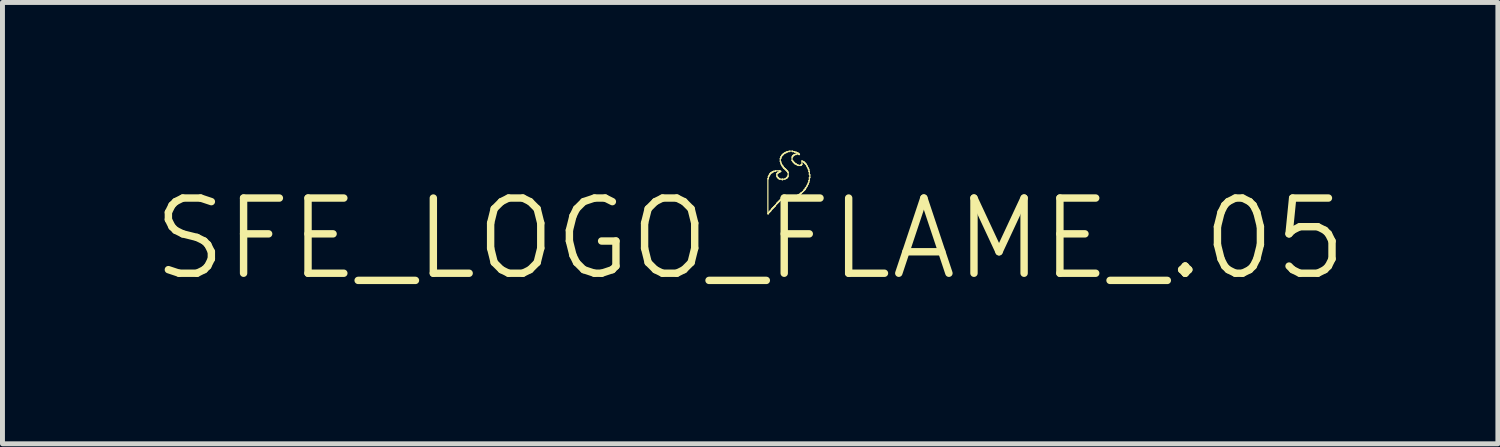
<source format=kicad_pcb>
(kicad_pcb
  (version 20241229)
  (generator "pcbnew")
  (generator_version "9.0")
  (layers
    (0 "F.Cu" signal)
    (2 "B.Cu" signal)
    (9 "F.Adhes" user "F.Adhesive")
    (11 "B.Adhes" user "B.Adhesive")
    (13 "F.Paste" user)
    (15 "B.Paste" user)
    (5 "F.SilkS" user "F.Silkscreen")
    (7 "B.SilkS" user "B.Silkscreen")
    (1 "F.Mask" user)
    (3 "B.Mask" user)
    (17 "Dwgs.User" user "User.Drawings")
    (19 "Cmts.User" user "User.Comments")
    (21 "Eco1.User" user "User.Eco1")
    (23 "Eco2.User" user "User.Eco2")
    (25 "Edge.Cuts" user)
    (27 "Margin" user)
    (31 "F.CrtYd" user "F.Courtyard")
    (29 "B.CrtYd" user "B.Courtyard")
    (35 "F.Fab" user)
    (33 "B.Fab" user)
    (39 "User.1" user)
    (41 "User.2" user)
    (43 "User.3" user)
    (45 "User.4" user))
  (footprint "SFE_LOGO_FLAME_.05"
    (layer "F.Cu")
    (at 12.156 1.791)
    (property "Reference" "SFE_LOGO_FLAME_.05" (at 0 0 0) (layer "F.SilkS") (effects (font (size 1.524 1.524) (thickness 0.15))))
    (attr exclude_from_pos_files exclude_from_bom)
    (fp_line (start 0.358 -1.219) (end 0.358 -0.508) (stroke (width 0.025) (type solid)) (layer "F.SilkS"))
    (fp_line (start 0.358 -0.508) (end 0.368 -0.508) (stroke (width 0.025) (type solid)) (layer "F.SilkS"))
    (fp_line (start 0.368 -1.26) (end 0.368 -1.219) (stroke (width 0.025) (type solid)) (layer "F.SilkS"))
    (fp_line (start 0.368 -1.219) (end 0.358 -1.219) (stroke (width 0.025) (type solid)) (layer "F.SilkS"))
    (fp_line (start 0.368 -0.518) (end 0.378 -0.528) (stroke (width 0.025) (type solid)) (layer "F.SilkS"))
    (fp_line (start 0.368 -0.508) (end 0.368 -0.518) (stroke (width 0.025) (type solid)) (layer "F.SilkS"))
    (fp_line (start 0.378 -1.278) (end 0.378 -1.26) (stroke (width 0.025) (type solid)) (layer "F.SilkS"))
    (fp_line (start 0.378 -1.26) (end 0.368 -1.26) (stroke (width 0.025) (type solid)) (layer "F.SilkS"))
    (fp_line (start 0.378 -0.538) (end 0.389 -0.538) (stroke (width 0.025) (type solid)) (layer "F.SilkS"))
    (fp_line (start 0.378 -0.528) (end 0.378 -0.538) (stroke (width 0.025) (type solid)) (layer "F.SilkS"))
    (fp_line (start 0.389 -1.298) (end 0.389 -1.288) (stroke (width 0.025) (type solid)) (layer "F.SilkS"))
    (fp_line (start 0.389 -1.288) (end 0.378 -1.278) (stroke (width 0.025) (type solid)) (layer "F.SilkS"))
    (fp_line (start 0.389 -0.549) (end 0.399 -0.549) (stroke (width 0.025) (type solid)) (layer "F.SilkS"))
    (fp_line (start 0.389 -0.538) (end 0.389 -0.549) (stroke (width 0.025) (type solid)) (layer "F.SilkS"))
    (fp_line (start 0.399 -1.318) (end 0.399 -1.298) (stroke (width 0.025) (type solid)) (layer "F.SilkS"))
    (fp_line (start 0.399 -1.298) (end 0.389 -1.298) (stroke (width 0.025) (type solid)) (layer "F.SilkS"))
    (fp_line (start 0.399 -0.559) (end 0.409 -0.559) (stroke (width 0.025) (type solid)) (layer "F.SilkS"))
    (fp_line (start 0.399 -0.549) (end 0.399 -0.559) (stroke (width 0.025) (type solid)) (layer "F.SilkS"))
    (fp_line (start 0.409 -1.328) (end 0.409 -1.318) (stroke (width 0.025) (type solid)) (layer "F.SilkS"))
    (fp_line (start 0.409 -1.318) (end 0.399 -1.318) (stroke (width 0.025) (type solid)) (layer "F.SilkS"))
    (fp_line (start 0.409 -0.569) (end 0.419 -0.569) (stroke (width 0.025) (type solid)) (layer "F.SilkS"))
    (fp_line (start 0.409 -0.559) (end 0.409 -0.569) (stroke (width 0.025) (type solid)) (layer "F.SilkS"))
    (fp_line (start 0.419 -1.339) (end 0.419 -1.328) (stroke (width 0.025) (type solid)) (layer "F.SilkS"))
    (fp_line (start 0.419 -1.328) (end 0.409 -1.328) (stroke (width 0.025) (type solid)) (layer "F.SilkS"))
    (fp_line (start 0.419 -0.579) (end 0.429 -0.589) (stroke (width 0.025) (type solid)) (layer "F.SilkS"))
    (fp_line (start 0.419 -0.569) (end 0.419 -0.579) (stroke (width 0.025) (type solid)) (layer "F.SilkS"))
    (fp_line (start 0.429 -0.589) (end 0.439 -0.599) (stroke (width 0.025) (type solid)) (layer "F.SilkS"))
    (fp_line (start 0.439 -1.349) (end 0.439 -1.339) (stroke (width 0.025) (type solid)) (layer "F.SilkS"))
    (fp_line (start 0.439 -1.339) (end 0.419 -1.339) (stroke (width 0.025) (type solid)) (layer "F.SilkS"))
    (fp_line (start 0.439 -0.61) (end 0.45 -0.61) (stroke (width 0.025) (type solid)) (layer "F.SilkS"))
    (fp_line (start 0.439 -0.599) (end 0.439 -0.61) (stroke (width 0.025) (type solid)) (layer "F.SilkS"))
    (fp_line (start 0.45 -1.359) (end 0.45 -1.349) (stroke (width 0.025) (type solid)) (layer "F.SilkS"))
    (fp_line (start 0.45 -1.349) (end 0.439 -1.349) (stroke (width 0.025) (type solid)) (layer "F.SilkS"))
    (fp_line (start 0.45 -0.62) (end 0.46 -0.62) (stroke (width 0.025) (type solid)) (layer "F.SilkS"))
    (fp_line (start 0.45 -0.61) (end 0.45 -0.62) (stroke (width 0.025) (type solid)) (layer "F.SilkS"))
    (fp_line (start 0.46 -0.63) (end 0.47 -0.63) (stroke (width 0.025) (type solid)) (layer "F.SilkS"))
    (fp_line (start 0.46 -0.62) (end 0.46 -0.63) (stroke (width 0.025) (type solid)) (layer "F.SilkS"))
    (fp_line (start 0.47 -1.369) (end 0.47 -1.359) (stroke (width 0.025) (type solid)) (layer "F.SilkS"))
    (fp_line (start 0.47 -1.359) (end 0.45 -1.359) (stroke (width 0.025) (type solid)) (layer "F.SilkS"))
    (fp_line (start 0.47 -0.638) (end 0.478 -0.638) (stroke (width 0.025) (type solid)) (layer "F.SilkS"))
    (fp_line (start 0.47 -0.63) (end 0.47 -0.638) (stroke (width 0.025) (type solid)) (layer "F.SilkS"))
    (fp_line (start 0.478 -0.648) (end 0.488 -0.648) (stroke (width 0.025) (type solid)) (layer "F.SilkS"))
    (fp_line (start 0.478 -0.638) (end 0.478 -0.648) (stroke (width 0.025) (type solid)) (layer "F.SilkS"))
    (fp_line (start 0.488 -0.658) (end 0.498 -0.658) (stroke (width 0.025) (type solid)) (layer "F.SilkS"))
    (fp_line (start 0.488 -0.648) (end 0.488 -0.658) (stroke (width 0.025) (type solid)) (layer "F.SilkS"))
    (fp_line (start 0.498 -0.668) (end 0.508 -0.668) (stroke (width 0.025) (type solid)) (layer "F.SilkS"))
    (fp_line (start 0.498 -0.658) (end 0.498 -0.668) (stroke (width 0.025) (type solid)) (layer "F.SilkS"))
    (fp_line (start 0.508 -1.379) (end 0.508 -1.369) (stroke (width 0.025) (type solid)) (layer "F.SilkS"))
    (fp_line (start 0.508 -1.369) (end 0.47 -1.369) (stroke (width 0.025) (type solid)) (layer "F.SilkS"))
    (fp_line (start 0.508 -0.678) (end 0.518 -0.688) (stroke (width 0.025) (type solid)) (layer "F.SilkS"))
    (fp_line (start 0.508 -0.668) (end 0.508 -0.678) (stroke (width 0.025) (type solid)) (layer "F.SilkS"))
    (fp_line (start 0.518 -0.688) (end 0.528 -0.699) (stroke (width 0.025) (type solid)) (layer "F.SilkS"))
    (fp_line (start 0.528 -0.699) (end 0.538 -0.709) (stroke (width 0.025) (type solid)) (layer "F.SilkS"))
    (fp_line (start 0.538 -1.318) (end 0.549 -1.318) (stroke (width 0.025) (type solid)) (layer "F.SilkS"))
    (fp_line (start 0.538 -1.27) (end 0.538 -1.318) (stroke (width 0.025) (type solid)) (layer "F.SilkS"))
    (fp_line (start 0.538 -0.719) (end 0.549 -0.719) (stroke (width 0.025) (type solid)) (layer "F.SilkS"))
    (fp_line (start 0.538 -0.709) (end 0.538 -0.719) (stroke (width 0.025) (type solid)) (layer "F.SilkS"))
    (fp_line (start 0.549 -1.328) (end 0.559 -1.328) (stroke (width 0.025) (type solid)) (layer "F.SilkS"))
    (fp_line (start 0.549 -1.318) (end 0.549 -1.328) (stroke (width 0.025) (type solid)) (layer "F.SilkS"))
    (fp_line (start 0.549 -1.27) (end 0.538 -1.27) (stroke (width 0.025) (type solid)) (layer "F.SilkS"))
    (fp_line (start 0.549 -1.25) (end 0.549 -1.27) (stroke (width 0.025) (type solid)) (layer "F.SilkS"))
    (fp_line (start 0.549 -0.729) (end 0.559 -0.729) (stroke (width 0.025) (type solid)) (layer "F.SilkS"))
    (fp_line (start 0.549 -0.719) (end 0.549 -0.729) (stroke (width 0.025) (type solid)) (layer "F.SilkS"))
    (fp_line (start 0.559 -1.339) (end 0.569 -1.339) (stroke (width 0.025) (type solid)) (layer "F.SilkS"))
    (fp_line (start 0.559 -1.328) (end 0.559 -1.339) (stroke (width 0.025) (type solid)) (layer "F.SilkS"))
    (fp_line (start 0.559 -1.25) (end 0.549 -1.25) (stroke (width 0.025) (type solid)) (layer "F.SilkS"))
    (fp_line (start 0.559 -1.24) (end 0.559 -1.25) (stroke (width 0.025) (type solid)) (layer "F.SilkS"))
    (fp_line (start 0.559 -0.739) (end 0.569 -0.739) (stroke (width 0.025) (type solid)) (layer "F.SilkS"))
    (fp_line (start 0.559 -0.729) (end 0.559 -0.739) (stroke (width 0.025) (type solid)) (layer "F.SilkS"))
    (fp_line (start 0.569 -1.349) (end 0.589 -1.349) (stroke (width 0.025) (type solid)) (layer "F.SilkS"))
    (fp_line (start 0.569 -1.339) (end 0.569 -1.349) (stroke (width 0.025) (type solid)) (layer "F.SilkS"))
    (fp_line (start 0.569 -1.24) (end 0.559 -1.24) (stroke (width 0.025) (type solid)) (layer "F.SilkS"))
    (fp_line (start 0.569 -1.229) (end 0.569 -1.24) (stroke (width 0.025) (type solid)) (layer "F.SilkS"))
    (fp_line (start 0.569 -0.749) (end 0.579 -0.749) (stroke (width 0.025) (type solid)) (layer "F.SilkS"))
    (fp_line (start 0.569 -0.739) (end 0.569 -0.749) (stroke (width 0.025) (type solid)) (layer "F.SilkS"))
    (fp_line (start 0.579 -1.229) (end 0.569 -1.229) (stroke (width 0.025) (type solid)) (layer "F.SilkS"))
    (fp_line (start 0.579 -1.219) (end 0.579 -1.229) (stroke (width 0.025) (type solid)) (layer "F.SilkS"))
    (fp_line (start 0.579 -0.759) (end 0.589 -0.759) (stroke (width 0.025) (type solid)) (layer "F.SilkS"))
    (fp_line (start 0.579 -0.749) (end 0.579 -0.759) (stroke (width 0.025) (type solid)) (layer "F.SilkS"))
    (fp_line (start 0.589 -1.359) (end 0.61 -1.359) (stroke (width 0.025) (type solid)) (layer "F.SilkS"))
    (fp_line (start 0.589 -1.349) (end 0.589 -1.359) (stroke (width 0.025) (type solid)) (layer "F.SilkS"))
    (fp_line (start 0.589 -0.77) (end 0.599 -0.77) (stroke (width 0.025) (type solid)) (layer "F.SilkS"))
    (fp_line (start 0.589 -0.759) (end 0.589 -0.77) (stroke (width 0.025) (type solid)) (layer "F.SilkS"))
    (fp_line (start 0.599 -1.379) (end 0.508 -1.379) (stroke (width 0.025) (type solid)) (layer "F.SilkS"))
    (fp_line (start 0.599 -1.369) (end 0.599 -1.379) (stroke (width 0.025) (type solid)) (layer "F.SilkS"))
    (fp_line (start 0.599 -1.219) (end 0.579 -1.219) (stroke (width 0.025) (type solid)) (layer "F.SilkS"))
    (fp_line (start 0.599 -1.209) (end 0.599 -1.219) (stroke (width 0.025) (type solid)) (layer "F.SilkS"))
    (fp_line (start 0.599 -0.78) (end 0.61 -0.78) (stroke (width 0.025) (type solid)) (layer "F.SilkS"))
    (fp_line (start 0.599 -0.77) (end 0.599 -0.78) (stroke (width 0.025) (type solid)) (layer "F.SilkS"))
    (fp_line (start 0.61 -1.628) (end 0.61 -1.57) (stroke (width 0.025) (type solid)) (layer "F.SilkS"))
    (fp_line (start 0.61 -1.57) (end 0.62 -1.56) (stroke (width 0.025) (type solid)) (layer "F.SilkS"))
    (fp_line (start 0.61 -1.369) (end 0.62 -1.369) (stroke (width 0.025) (type solid)) (layer "F.SilkS"))
    (fp_line (start 0.61 -1.359) (end 0.61 -1.369) (stroke (width 0.025) (type solid)) (layer "F.SilkS"))
    (fp_line (start 0.61 -0.79) (end 0.62 -0.79) (stroke (width 0.025) (type solid)) (layer "F.SilkS"))
    (fp_line (start 0.61 -0.78) (end 0.61 -0.79) (stroke (width 0.025) (type solid)) (layer "F.SilkS"))
    (fp_line (start 0.62 -1.659) (end 0.62 -1.628) (stroke (width 0.025) (type solid)) (layer "F.SilkS"))
    (fp_line (start 0.62 -1.628) (end 0.61 -1.628) (stroke (width 0.025) (type solid)) (layer "F.SilkS"))
    (fp_line (start 0.62 -1.56) (end 0.62 -1.539) (stroke (width 0.025) (type solid)) (layer "F.SilkS"))
    (fp_line (start 0.62 -1.539) (end 0.63 -1.529) (stroke (width 0.025) (type solid)) (layer "F.SilkS"))
    (fp_line (start 0.62 -1.369) (end 0.599 -1.369) (stroke (width 0.025) (type solid)) (layer "F.SilkS"))
    (fp_line (start 0.62 -0.798) (end 0.63 -0.798) (stroke (width 0.025) (type solid)) (layer "F.SilkS"))
    (fp_line (start 0.62 -0.79) (end 0.62 -0.798) (stroke (width 0.025) (type solid)) (layer "F.SilkS"))
    (fp_line (start 0.63 -1.669) (end 0.63 -1.659) (stroke (width 0.025) (type solid)) (layer "F.SilkS"))
    (fp_line (start 0.63 -1.659) (end 0.62 -1.659) (stroke (width 0.025) (type solid)) (layer "F.SilkS"))
    (fp_line (start 0.63 -1.529) (end 0.63 -1.509) (stroke (width 0.025) (type solid)) (layer "F.SilkS"))
    (fp_line (start 0.63 -1.509) (end 0.638 -1.509) (stroke (width 0.025) (type solid)) (layer "F.SilkS"))
    (fp_line (start 0.63 -0.808) (end 0.648 -0.808) (stroke (width 0.025) (type solid)) (layer "F.SilkS"))
    (fp_line (start 0.63 -0.798) (end 0.63 -0.808) (stroke (width 0.025) (type solid)) (layer "F.SilkS"))
    (fp_line (start 0.638 -1.689) (end 0.638 -1.679) (stroke (width 0.025) (type solid)) (layer "F.SilkS"))
    (fp_line (start 0.638 -1.679) (end 0.63 -1.669) (stroke (width 0.025) (type solid)) (layer "F.SilkS"))
    (fp_line (start 0.638 -1.509) (end 0.638 -1.499) (stroke (width 0.025) (type solid)) (layer "F.SilkS"))
    (fp_line (start 0.638 -1.499) (end 0.648 -1.488) (stroke (width 0.025) (type solid)) (layer "F.SilkS"))
    (fp_line (start 0.648 -1.699) (end 0.648 -1.689) (stroke (width 0.025) (type solid)) (layer "F.SilkS"))
    (fp_line (start 0.648 -1.689) (end 0.638 -1.689) (stroke (width 0.025) (type solid)) (layer "F.SilkS"))
    (fp_line (start 0.648 -1.488) (end 0.648 -1.478) (stroke (width 0.025) (type solid)) (layer "F.SilkS"))
    (fp_line (start 0.648 -1.478) (end 0.658 -1.478) (stroke (width 0.025) (type solid)) (layer "F.SilkS"))
    (fp_line (start 0.648 -1.209) (end 0.599 -1.209) (stroke (width 0.025) (type solid)) (layer "F.SilkS"))
    (fp_line (start 0.648 -1.199) (end 0.648 -1.209) (stroke (width 0.025) (type solid)) (layer "F.SilkS"))
    (fp_line (start 0.648 -0.818) (end 0.668 -0.818) (stroke (width 0.025) (type solid)) (layer "F.SilkS"))
    (fp_line (start 0.648 -0.808) (end 0.648 -0.818) (stroke (width 0.025) (type solid)) (layer "F.SilkS"))
    (fp_line (start 0.658 -1.709) (end 0.658 -1.699) (stroke (width 0.025) (type solid)) (layer "F.SilkS"))
    (fp_line (start 0.658 -1.699) (end 0.648 -1.699) (stroke (width 0.025) (type solid)) (layer "F.SilkS"))
    (fp_line (start 0.658 -1.478) (end 0.658 -1.468) (stroke (width 0.025) (type solid)) (layer "F.SilkS"))
    (fp_line (start 0.658 -1.468) (end 0.668 -1.468) (stroke (width 0.025) (type solid)) (layer "F.SilkS"))
    (fp_line (start 0.658 -1.209) (end 0.658 -1.199) (stroke (width 0.025) (type solid)) (layer "F.SilkS"))
    (fp_line (start 0.658 -1.199) (end 0.648 -1.199) (stroke (width 0.025) (type solid)) (layer "F.SilkS"))
    (fp_line (start 0.668 -1.72) (end 0.668 -1.709) (stroke (width 0.025) (type solid)) (layer "F.SilkS"))
    (fp_line (start 0.668 -1.709) (end 0.658 -1.709) (stroke (width 0.025) (type solid)) (layer "F.SilkS"))
    (fp_line (start 0.668 -1.468) (end 0.668 -1.448) (stroke (width 0.025) (type solid)) (layer "F.SilkS"))
    (fp_line (start 0.668 -1.448) (end 0.678 -1.448) (stroke (width 0.025) (type solid)) (layer "F.SilkS"))
    (fp_line (start 0.668 -0.828) (end 0.699 -0.828) (stroke (width 0.025) (type solid)) (layer "F.SilkS"))
    (fp_line (start 0.668 -0.818) (end 0.668 -0.828) (stroke (width 0.025) (type solid)) (layer "F.SilkS"))
    (fp_line (start 0.678 -1.73) (end 0.678 -1.72) (stroke (width 0.025) (type solid)) (layer "F.SilkS"))
    (fp_line (start 0.678 -1.72) (end 0.668 -1.72) (stroke (width 0.025) (type solid)) (layer "F.SilkS"))
    (fp_line (start 0.678 -1.448) (end 0.678 -1.438) (stroke (width 0.025) (type solid)) (layer "F.SilkS"))
    (fp_line (start 0.678 -1.438) (end 0.688 -1.438) (stroke (width 0.025) (type solid)) (layer "F.SilkS"))
    (fp_line (start 0.688 -1.73) (end 0.678 -1.73) (stroke (width 0.025) (type solid)) (layer "F.SilkS"))
    (fp_line (start 0.688 -1.438) (end 0.688 -1.427) (stroke (width 0.025) (type solid)) (layer "F.SilkS"))
    (fp_line (start 0.688 -1.427) (end 0.699 -1.427) (stroke (width 0.025) (type solid)) (layer "F.SilkS"))
    (fp_line (start 0.699 -1.74) (end 0.688 -1.73) (stroke (width 0.025) (type solid)) (layer "F.SilkS"))
    (fp_line (start 0.699 -1.427) (end 0.699 -1.42) (stroke (width 0.025) (type solid)) (layer "F.SilkS"))
    (fp_line (start 0.699 -1.42) (end 0.709 -1.42) (stroke (width 0.025) (type solid)) (layer "F.SilkS"))
    (fp_line (start 0.699 -1.209) (end 0.658 -1.209) (stroke (width 0.025) (type solid)) (layer "F.SilkS"))
    (fp_line (start 0.699 -0.828) (end 0.709 -0.838) (stroke (width 0.025) (type solid)) (layer "F.SilkS"))
    (fp_line (start 0.709 -1.748) (end 0.709 -1.74) (stroke (width 0.025) (type solid)) (layer "F.SilkS"))
    (fp_line (start 0.709 -1.74) (end 0.699 -1.74) (stroke (width 0.025) (type solid)) (layer "F.SilkS"))
    (fp_line (start 0.709 -1.42) (end 0.709 -1.41) (stroke (width 0.025) (type solid)) (layer "F.SilkS"))
    (fp_line (start 0.709 -1.41) (end 0.719 -1.41) (stroke (width 0.025) (type solid)) (layer "F.SilkS"))
    (fp_line (start 0.709 -1.219) (end 0.699 -1.209) (stroke (width 0.025) (type solid)) (layer "F.SilkS"))
    (fp_line (start 0.709 -0.838) (end 0.729 -0.838) (stroke (width 0.025) (type solid)) (layer "F.SilkS"))
    (fp_line (start 0.719 -1.41) (end 0.719 -1.4) (stroke (width 0.025) (type solid)) (layer "F.SilkS"))
    (fp_line (start 0.719 -1.4) (end 0.729 -1.4) (stroke (width 0.025) (type solid)) (layer "F.SilkS"))
    (fp_line (start 0.719 -1.219) (end 0.709 -1.219) (stroke (width 0.025) (type solid)) (layer "F.SilkS"))
    (fp_line (start 0.729 -1.758) (end 0.729 -1.748) (stroke (width 0.025) (type solid)) (layer "F.SilkS"))
    (fp_line (start 0.729 -1.748) (end 0.709 -1.748) (stroke (width 0.025) (type solid)) (layer "F.SilkS"))
    (fp_line (start 0.729 -1.4) (end 0.729 -1.389) (stroke (width 0.025) (type solid)) (layer "F.SilkS"))
    (fp_line (start 0.729 -1.389) (end 0.739 -1.389) (stroke (width 0.025) (type solid)) (layer "F.SilkS"))
    (fp_line (start 0.729 -1.229) (end 0.719 -1.219) (stroke (width 0.025) (type solid)) (layer "F.SilkS"))
    (fp_line (start 0.729 -0.838) (end 0.739 -0.828) (stroke (width 0.025) (type solid)) (layer "F.SilkS"))
    (fp_line (start 0.739 -1.389) (end 0.739 -1.379) (stroke (width 0.025) (type solid)) (layer "F.SilkS"))
    (fp_line (start 0.739 -1.379) (end 0.749 -1.379) (stroke (width 0.025) (type solid)) (layer "F.SilkS"))
    (fp_line (start 0.739 -1.24) (end 0.739 -1.229) (stroke (width 0.025) (type solid)) (layer "F.SilkS"))
    (fp_line (start 0.739 -1.229) (end 0.729 -1.229) (stroke (width 0.025) (type solid)) (layer "F.SilkS"))
    (fp_line (start 0.739 -0.828) (end 0.798 -0.828) (stroke (width 0.025) (type solid)) (layer "F.SilkS"))
    (fp_line (start 0.749 -1.768) (end 0.749 -1.758) (stroke (width 0.025) (type solid)) (layer "F.SilkS"))
    (fp_line (start 0.749 -1.758) (end 0.729 -1.758) (stroke (width 0.025) (type solid)) (layer "F.SilkS"))
    (fp_line (start 0.749 -1.379) (end 0.749 -1.369) (stroke (width 0.025) (type solid)) (layer "F.SilkS"))
    (fp_line (start 0.749 -1.369) (end 0.759 -1.369) (stroke (width 0.025) (type solid)) (layer "F.SilkS"))
    (fp_line (start 0.749 -1.25) (end 0.749 -1.24) (stroke (width 0.025) (type solid)) (layer "F.SilkS"))
    (fp_line (start 0.749 -1.24) (end 0.739 -1.24) (stroke (width 0.025) (type solid)) (layer "F.SilkS"))
    (fp_line (start 0.759 -1.369) (end 0.759 -1.349) (stroke (width 0.025) (type solid)) (layer "F.SilkS"))
    (fp_line (start 0.759 -1.349) (end 0.77 -1.349) (stroke (width 0.025) (type solid)) (layer "F.SilkS"))
    (fp_line (start 0.759 -1.27) (end 0.759 -1.25) (stroke (width 0.025) (type solid)) (layer "F.SilkS"))
    (fp_line (start 0.759 -1.25) (end 0.749 -1.25) (stroke (width 0.025) (type solid)) (layer "F.SilkS"))
    (fp_line (start 0.77 -1.349) (end 0.77 -1.27) (stroke (width 0.025) (type solid)) (layer "F.SilkS"))
    (fp_line (start 0.77 -1.27) (end 0.759 -1.27) (stroke (width 0.025) (type solid)) (layer "F.SilkS"))
    (fp_line (start 0.79 -1.778) (end 0.79 -1.768) (stroke (width 0.025) (type solid)) (layer "F.SilkS"))
    (fp_line (start 0.79 -1.768) (end 0.749 -1.768) (stroke (width 0.025) (type solid)) (layer "F.SilkS"))
    (fp_line (start 0.798 -0.838) (end 0.869 -0.838) (stroke (width 0.025) (type solid)) (layer "F.SilkS"))
    (fp_line (start 0.798 -0.828) (end 0.798 -0.838) (stroke (width 0.025) (type solid)) (layer "F.SilkS"))
    (fp_line (start 0.848 -1.659) (end 0.859 -1.659) (stroke (width 0.025) (type solid)) (layer "F.SilkS"))
    (fp_line (start 0.848 -1.587) (end 0.848 -1.659) (stroke (width 0.025) (type solid)) (layer "F.SilkS"))
    (fp_line (start 0.859 -1.778) (end 0.79 -1.778) (stroke (width 0.025) (type solid)) (layer "F.SilkS"))
    (fp_line (start 0.859 -1.768) (end 0.859 -1.778) (stroke (width 0.025) (type solid)) (layer "F.SilkS"))
    (fp_line (start 0.859 -1.679) (end 0.869 -1.679) (stroke (width 0.025) (type solid)) (layer "F.SilkS"))
    (fp_line (start 0.859 -1.659) (end 0.859 -1.679) (stroke (width 0.025) (type solid)) (layer "F.SilkS"))
    (fp_line (start 0.859 -1.587) (end 0.848 -1.587) (stroke (width 0.025) (type solid)) (layer "F.SilkS"))
    (fp_line (start 0.859 -1.58) (end 0.859 -1.587) (stroke (width 0.025) (type solid)) (layer "F.SilkS"))
    (fp_line (start 0.869 -1.689) (end 0.879 -1.689) (stroke (width 0.025) (type solid)) (layer "F.SilkS"))
    (fp_line (start 0.869 -1.679) (end 0.869 -1.689) (stroke (width 0.025) (type solid)) (layer "F.SilkS"))
    (fp_line (start 0.869 -1.57) (end 0.859 -1.58) (stroke (width 0.025) (type solid)) (layer "F.SilkS"))
    (fp_line (start 0.869 -1.56) (end 0.869 -1.57) (stroke (width 0.025) (type solid)) (layer "F.SilkS"))
    (fp_line (start 0.869 -0.848) (end 0.899 -0.848) (stroke (width 0.025) (type solid)) (layer "F.SilkS"))
    (fp_line (start 0.869 -0.838) (end 0.869 -0.848) (stroke (width 0.025) (type solid)) (layer "F.SilkS"))
    (fp_line (start 0.879 -1.699) (end 0.899 -1.699) (stroke (width 0.025) (type solid)) (layer "F.SilkS"))
    (fp_line (start 0.879 -1.689) (end 0.879 -1.699) (stroke (width 0.025) (type solid)) (layer "F.SilkS"))
    (fp_line (start 0.879 -1.56) (end 0.869 -1.56) (stroke (width 0.025) (type solid)) (layer "F.SilkS"))
    (fp_line (start 0.879 -1.549) (end 0.879 -1.56) (stroke (width 0.025) (type solid)) (layer "F.SilkS"))
    (fp_line (start 0.889 -1.549) (end 0.879 -1.549) (stroke (width 0.025) (type solid)) (layer "F.SilkS"))
    (fp_line (start 0.889 -1.539) (end 0.889 -1.549) (stroke (width 0.025) (type solid)) (layer "F.SilkS"))
    (fp_line (start 0.899 -1.768) (end 0.859 -1.768) (stroke (width 0.025) (type solid)) (layer "F.SilkS"))
    (fp_line (start 0.899 -1.758) (end 0.899 -1.768) (stroke (width 0.025) (type solid)) (layer "F.SilkS"))
    (fp_line (start 0.899 -1.709) (end 0.93 -1.709) (stroke (width 0.025) (type solid)) (layer "F.SilkS"))
    (fp_line (start 0.899 -1.699) (end 0.899 -1.709) (stroke (width 0.025) (type solid)) (layer "F.SilkS"))
    (fp_line (start 0.899 -1.539) (end 0.889 -1.539) (stroke (width 0.025) (type solid)) (layer "F.SilkS"))
    (fp_line (start 0.899 -1.529) (end 0.899 -1.539) (stroke (width 0.025) (type solid)) (layer "F.SilkS"))
    (fp_line (start 0.899 -0.848) (end 0.909 -0.859) (stroke (width 0.025) (type solid)) (layer "F.SilkS"))
    (fp_line (start 0.909 -1.529) (end 0.899 -1.529) (stroke (width 0.025) (type solid)) (layer "F.SilkS"))
    (fp_line (start 0.909 -1.519) (end 0.909 -1.529) (stroke (width 0.025) (type solid)) (layer "F.SilkS"))
    (fp_line (start 0.909 -0.859) (end 0.93 -0.859) (stroke (width 0.025) (type solid)) (layer "F.SilkS"))
    (fp_line (start 0.93 -1.758) (end 0.899 -1.758) (stroke (width 0.025) (type solid)) (layer "F.SilkS"))
    (fp_line (start 0.93 -1.748) (end 0.93 -1.758) (stroke (width 0.025) (type solid)) (layer "F.SilkS"))
    (fp_line (start 0.93 -1.72) (end 0.988 -1.72) (stroke (width 0.025) (type solid)) (layer "F.SilkS"))
    (fp_line (start 0.93 -1.709) (end 0.93 -1.72) (stroke (width 0.025) (type solid)) (layer "F.SilkS"))
    (fp_line (start 0.93 -1.519) (end 0.909 -1.519) (stroke (width 0.025) (type solid)) (layer "F.SilkS"))
    (fp_line (start 0.93 -1.509) (end 0.93 -1.519) (stroke (width 0.025) (type solid)) (layer "F.SilkS"))
    (fp_line (start 0.93 -0.869) (end 0.95 -0.869) (stroke (width 0.025) (type solid)) (layer "F.SilkS"))
    (fp_line (start 0.93 -0.859) (end 0.93 -0.869) (stroke (width 0.025) (type solid)) (layer "F.SilkS"))
    (fp_line (start 0.94 -1.509) (end 0.93 -1.509) (stroke (width 0.025) (type solid)) (layer "F.SilkS"))
    (fp_line (start 0.95 -1.748) (end 0.93 -1.748) (stroke (width 0.025) (type solid)) (layer "F.SilkS"))
    (fp_line (start 0.95 -1.74) (end 0.95 -1.748) (stroke (width 0.025) (type solid)) (layer "F.SilkS"))
    (fp_line (start 0.95 -1.499) (end 0.94 -1.509) (stroke (width 0.025) (type solid)) (layer "F.SilkS"))
    (fp_line (start 0.95 -0.869) (end 0.958 -0.879) (stroke (width 0.025) (type solid)) (layer "F.SilkS"))
    (fp_line (start 0.958 -0.879) (end 0.968 -0.879) (stroke (width 0.025) (type solid)) (layer "F.SilkS"))
    (fp_line (start 0.968 -1.74) (end 0.95 -1.74) (stroke (width 0.025) (type solid)) (layer "F.SilkS"))
    (fp_line (start 0.968 -1.73) (end 0.968 -1.74) (stroke (width 0.025) (type solid)) (layer "F.SilkS"))
    (fp_line (start 0.968 -1.499) (end 0.95 -1.499) (stroke (width 0.025) (type solid)) (layer "F.SilkS"))
    (fp_line (start 0.968 -1.488) (end 0.968 -1.499) (stroke (width 0.025) (type solid)) (layer "F.SilkS"))
    (fp_line (start 0.968 -0.889) (end 0.988 -0.889) (stroke (width 0.025) (type solid)) (layer "F.SilkS"))
    (fp_line (start 0.968 -0.879) (end 0.968 -0.889) (stroke (width 0.025) (type solid)) (layer "F.SilkS"))
    (fp_line (start 0.978 -1.73) (end 0.968 -1.73) (stroke (width 0.025) (type solid)) (layer "F.SilkS"))
    (fp_line (start 0.978 -1.72) (end 0.978 -1.73) (stroke (width 0.025) (type solid)) (layer "F.SilkS"))
    (fp_line (start 0.988 -1.72) (end 0.978 -1.72) (stroke (width 0.025) (type solid)) (layer "F.SilkS"))
    (fp_line (start 0.988 -1.72) (end 0.988 -1.709) (stroke (width 0.025) (type solid)) (layer "F.SilkS"))
    (fp_line (start 0.988 -1.709) (end 0.998 -1.709) (stroke (width 0.025) (type solid)) (layer "F.SilkS"))
    (fp_line (start 0.988 -0.899) (end 1.008 -0.899) (stroke (width 0.025) (type solid)) (layer "F.SilkS"))
    (fp_line (start 0.988 -0.889) (end 0.988 -0.899) (stroke (width 0.025) (type solid)) (layer "F.SilkS"))
    (fp_line (start 0.998 -1.709) (end 0.988 -1.72) (stroke (width 0.025) (type solid)) (layer "F.SilkS"))
    (fp_line (start 1.008 -0.909) (end 1.019 -0.909) (stroke (width 0.025) (type solid)) (layer "F.SilkS"))
    (fp_line (start 1.008 -0.899) (end 1.008 -0.909) (stroke (width 0.025) (type solid)) (layer "F.SilkS"))
    (fp_line (start 1.019 -0.919) (end 1.029 -0.919) (stroke (width 0.025) (type solid)) (layer "F.SilkS"))
    (fp_line (start 1.019 -0.909) (end 1.019 -0.919) (stroke (width 0.025) (type solid)) (layer "F.SilkS"))
    (fp_line (start 1.029 -1.499) (end 1.029 -1.488) (stroke (width 0.025) (type solid)) (layer "F.SilkS"))
    (fp_line (start 1.029 -1.488) (end 0.968 -1.488) (stroke (width 0.025) (type solid)) (layer "F.SilkS"))
    (fp_line (start 1.029 -0.93) (end 1.039 -0.93) (stroke (width 0.025) (type solid)) (layer "F.SilkS"))
    (fp_line (start 1.029 -0.919) (end 1.029 -0.93) (stroke (width 0.025) (type solid)) (layer "F.SilkS"))
    (fp_line (start 1.039 -1.509) (end 1.039 -1.499) (stroke (width 0.025) (type solid)) (layer "F.SilkS"))
    (fp_line (start 1.039 -1.499) (end 1.029 -1.499) (stroke (width 0.025) (type solid)) (layer "F.SilkS"))
    (fp_line (start 1.039 -0.93) (end 1.049 -0.94) (stroke (width 0.025) (type solid)) (layer "F.SilkS"))
    (fp_line (start 1.049 -1.58) (end 1.049 -1.509) (stroke (width 0.025) (type solid)) (layer "F.SilkS"))
    (fp_line (start 1.049 -1.509) (end 1.039 -1.509) (stroke (width 0.025) (type solid)) (layer "F.SilkS"))
    (fp_line (start 1.049 -0.94) (end 1.059 -0.95) (stroke (width 0.025) (type solid)) (layer "F.SilkS"))
    (fp_line (start 1.059 -1.57) (end 1.049 -1.58) (stroke (width 0.025) (type solid)) (layer "F.SilkS"))
    (fp_line (start 1.059 -0.95) (end 1.069 -0.958) (stroke (width 0.025) (type solid)) (layer "F.SilkS"))
    (fp_line (start 1.069 -1.57) (end 1.059 -1.57) (stroke (width 0.025) (type solid)) (layer "F.SilkS"))
    (fp_line (start 1.069 -0.958) (end 1.079 -0.968) (stroke (width 0.025) (type solid)) (layer "F.SilkS"))
    (fp_line (start 1.079 -1.56) (end 1.069 -1.57) (stroke (width 0.025) (type solid)) (layer "F.SilkS"))
    (fp_line (start 1.079 -0.968) (end 1.09 -0.978) (stroke (width 0.025) (type solid)) (layer "F.SilkS"))
    (fp_line (start 1.09 -1.56) (end 1.079 -1.56) (stroke (width 0.025) (type solid)) (layer "F.SilkS"))
    (fp_line (start 1.09 -1.549) (end 1.09 -1.56) (stroke (width 0.025) (type solid)) (layer "F.SilkS"))
    (fp_line (start 1.09 -0.988) (end 1.1 -0.988) (stroke (width 0.025) (type solid)) (layer "F.SilkS"))
    (fp_line (start 1.09 -0.978) (end 1.09 -0.988) (stroke (width 0.025) (type solid)) (layer "F.SilkS"))
    (fp_line (start 1.1 -1.549) (end 1.09 -1.549) (stroke (width 0.025) (type solid)) (layer "F.SilkS"))
    (fp_line (start 1.1 -1.539) (end 1.1 -1.549) (stroke (width 0.025) (type solid)) (layer "F.SilkS"))
    (fp_line (start 1.1 -0.998) (end 1.11 -0.998) (stroke (width 0.025) (type solid)) (layer "F.SilkS"))
    (fp_line (start 1.1 -0.988) (end 1.1 -0.998) (stroke (width 0.025) (type solid)) (layer "F.SilkS"))
    (fp_line (start 1.11 -1.539) (end 1.1 -1.539) (stroke (width 0.025) (type solid)) (layer "F.SilkS"))
    (fp_line (start 1.11 -1.529) (end 1.11 -1.539) (stroke (width 0.025) (type solid)) (layer "F.SilkS"))
    (fp_line (start 1.11 -1.008) (end 1.118 -1.008) (stroke (width 0.025) (type solid)) (layer "F.SilkS"))
    (fp_line (start 1.11 -0.998) (end 1.11 -1.008) (stroke (width 0.025) (type solid)) (layer "F.SilkS"))
    (fp_line (start 1.118 -1.529) (end 1.11 -1.529) (stroke (width 0.025) (type solid)) (layer "F.SilkS"))
    (fp_line (start 1.118 -1.519) (end 1.118 -1.529) (stroke (width 0.025) (type solid)) (layer "F.SilkS"))
    (fp_line (start 1.118 -1.029) (end 1.128 -1.029) (stroke (width 0.025) (type solid)) (layer "F.SilkS"))
    (fp_line (start 1.118 -1.008) (end 1.118 -1.029) (stroke (width 0.025) (type solid)) (layer "F.SilkS"))
    (fp_line (start 1.128 -1.519) (end 1.118 -1.519) (stroke (width 0.025) (type solid)) (layer "F.SilkS"))
    (fp_line (start 1.128 -1.509) (end 1.128 -1.519) (stroke (width 0.025) (type solid)) (layer "F.SilkS"))
    (fp_line (start 1.128 -1.039) (end 1.138 -1.049) (stroke (width 0.025) (type solid)) (layer "F.SilkS"))
    (fp_line (start 1.128 -1.029) (end 1.128 -1.039) (stroke (width 0.025) (type solid)) (layer "F.SilkS"))
    (fp_line (start 1.138 -1.509) (end 1.128 -1.509) (stroke (width 0.025) (type solid)) (layer "F.SilkS"))
    (fp_line (start 1.138 -1.499) (end 1.138 -1.509) (stroke (width 0.025) (type solid)) (layer "F.SilkS"))
    (fp_line (start 1.138 -1.049) (end 1.148 -1.059) (stroke (width 0.025) (type solid)) (layer "F.SilkS"))
    (fp_line (start 1.148 -1.488) (end 1.138 -1.499) (stroke (width 0.025) (type solid)) (layer "F.SilkS"))
    (fp_line (start 1.148 -1.478) (end 1.148 -1.488) (stroke (width 0.025) (type solid)) (layer "F.SilkS"))
    (fp_line (start 1.148 -1.069) (end 1.158 -1.079) (stroke (width 0.025) (type solid)) (layer "F.SilkS"))
    (fp_line (start 1.148 -1.059) (end 1.148 -1.069) (stroke (width 0.025) (type solid)) (layer "F.SilkS"))
    (fp_line (start 1.158 -1.468) (end 1.148 -1.478) (stroke (width 0.025) (type solid)) (layer "F.SilkS"))
    (fp_line (start 1.158 -1.458) (end 1.158 -1.468) (stroke (width 0.025) (type solid)) (layer "F.SilkS"))
    (fp_line (start 1.158 -1.09) (end 1.168 -1.1) (stroke (width 0.025) (type solid)) (layer "F.SilkS"))
    (fp_line (start 1.158 -1.079) (end 1.158 -1.09) (stroke (width 0.025) (type solid)) (layer "F.SilkS"))
    (fp_line (start 1.168 -1.448) (end 1.158 -1.458) (stroke (width 0.025) (type solid)) (layer "F.SilkS"))
    (fp_line (start 1.168 -1.438) (end 1.168 -1.448) (stroke (width 0.025) (type solid)) (layer "F.SilkS"))
    (fp_line (start 1.168 -1.11) (end 1.179 -1.118) (stroke (width 0.025) (type solid)) (layer "F.SilkS"))
    (fp_line (start 1.168 -1.1) (end 1.168 -1.11) (stroke (width 0.025) (type solid)) (layer "F.SilkS"))
    (fp_line (start 1.179 -1.427) (end 1.168 -1.438) (stroke (width 0.025) (type solid)) (layer "F.SilkS"))
    (fp_line (start 1.179 -1.41) (end 1.179 -1.427) (stroke (width 0.025) (type solid)) (layer "F.SilkS"))
    (fp_line (start 1.179 -1.138) (end 1.189 -1.148) (stroke (width 0.025) (type solid)) (layer "F.SilkS"))
    (fp_line (start 1.179 -1.118) (end 1.179 -1.138) (stroke (width 0.025) (type solid)) (layer "F.SilkS"))
    (fp_line (start 1.189 -1.41) (end 1.179 -1.41) (stroke (width 0.025) (type solid)) (layer "F.SilkS"))
    (fp_line (start 1.189 -1.369) (end 1.189 -1.41) (stroke (width 0.025) (type solid)) (layer "F.SilkS"))
    (fp_line (start 1.189 -1.179) (end 1.199 -1.179) (stroke (width 0.025) (type solid)) (layer "F.SilkS"))
    (fp_line (start 1.189 -1.148) (end 1.189 -1.179) (stroke (width 0.025) (type solid)) (layer "F.SilkS"))
    (fp_line (start 1.199 -1.369) (end 1.189 -1.369) (stroke (width 0.025) (type solid)) (layer "F.SilkS"))
    (fp_line (start 1.199 -1.308) (end 1.199 -1.369) (stroke (width 0.025) (type solid)) (layer "F.SilkS"))
    (fp_line (start 1.199 -1.24) (end 1.209 -1.24) (stroke (width 0.025) (type solid)) (layer "F.SilkS"))
    (fp_line (start 1.199 -1.179) (end 1.199 -1.24) (stroke (width 0.025) (type solid)) (layer "F.SilkS"))
    (fp_line (start 1.209 -1.298) (end 1.199 -1.308) (stroke (width 0.025) (type solid)) (layer "F.SilkS"))
    (fp_line (start 1.209 -1.24) (end 1.209 -1.298) (stroke (width 0.025) (type solid)) (layer "F.SilkS")))
  (gr_rect
    (start -3 -3)
    (end 27.311 5.945)
    (stroke (width 0.1) (type default))
    (fill no)
    (layer "Edge.Cuts")))
</source>
